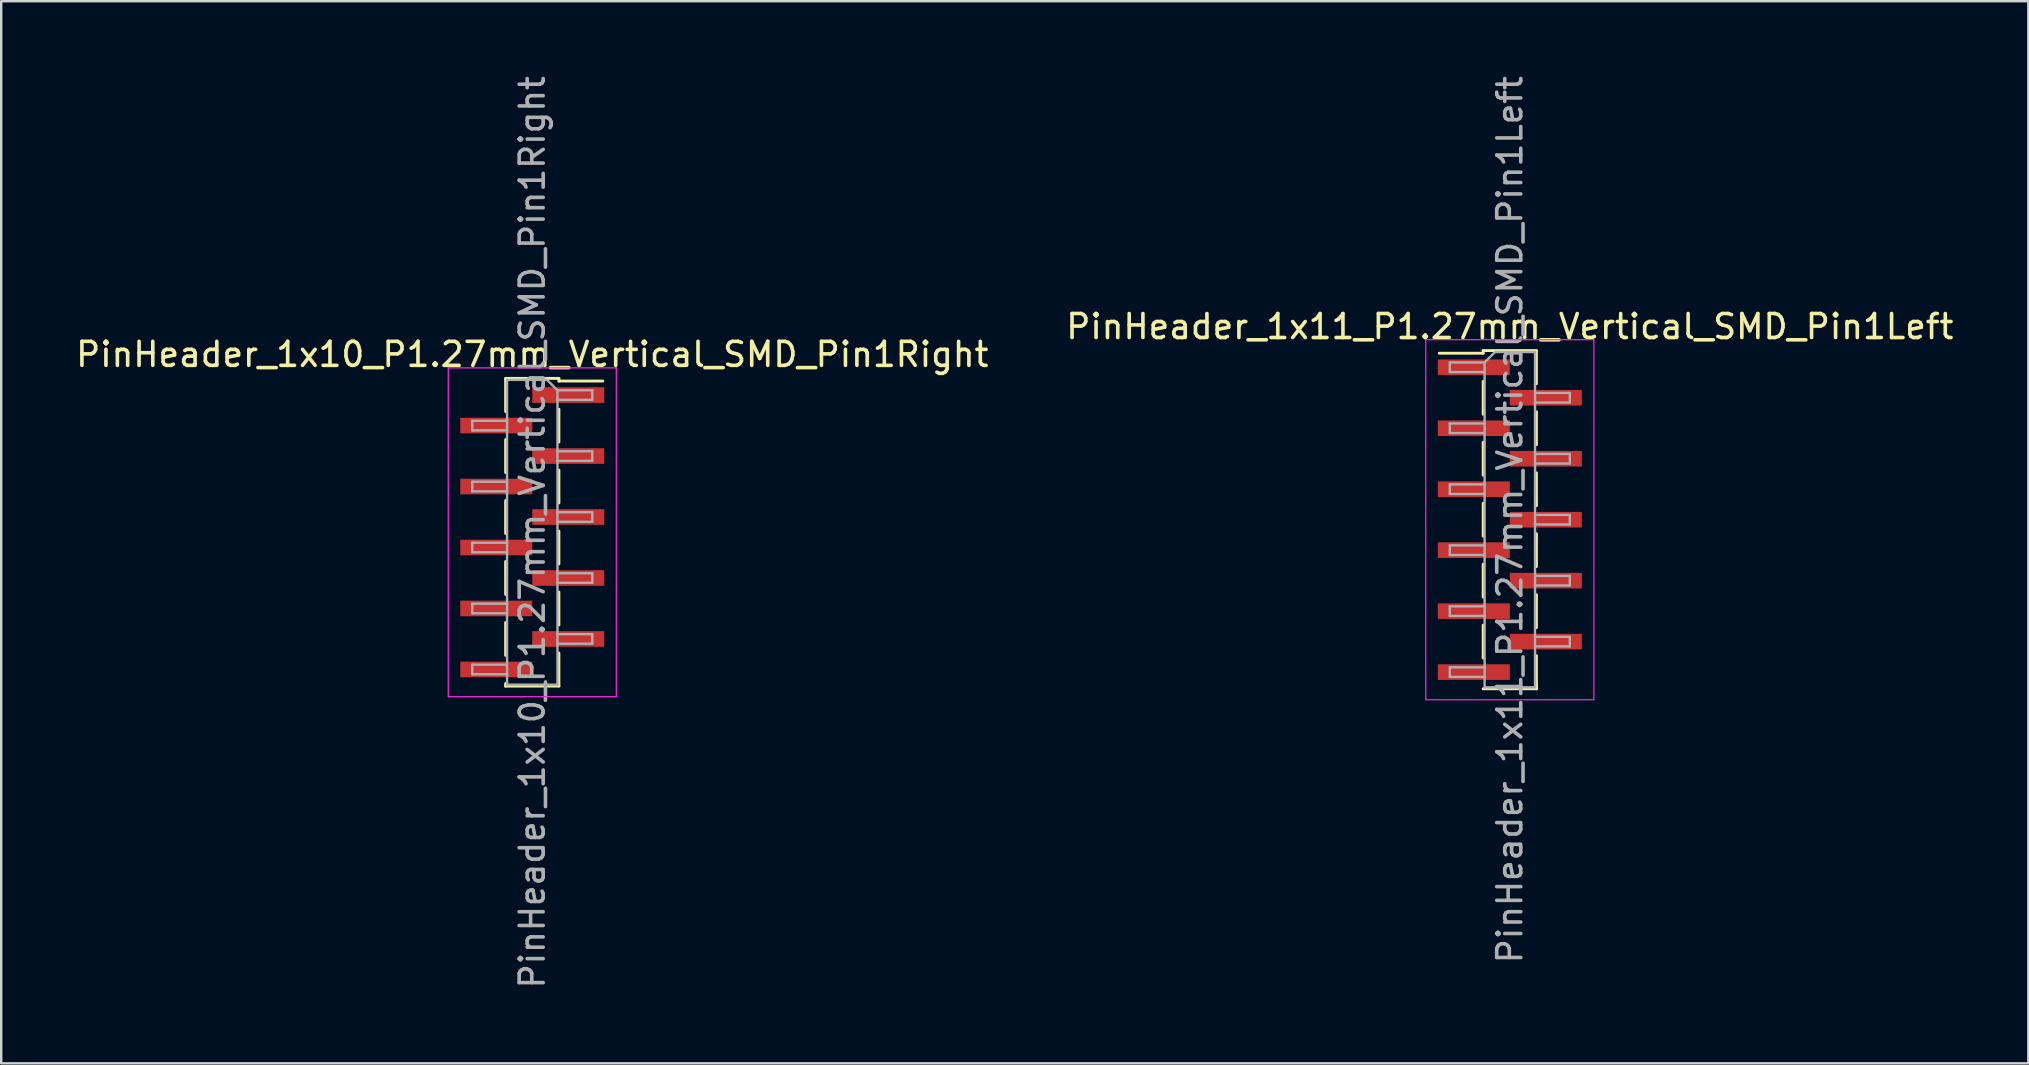
<source format=kicad_pcb>
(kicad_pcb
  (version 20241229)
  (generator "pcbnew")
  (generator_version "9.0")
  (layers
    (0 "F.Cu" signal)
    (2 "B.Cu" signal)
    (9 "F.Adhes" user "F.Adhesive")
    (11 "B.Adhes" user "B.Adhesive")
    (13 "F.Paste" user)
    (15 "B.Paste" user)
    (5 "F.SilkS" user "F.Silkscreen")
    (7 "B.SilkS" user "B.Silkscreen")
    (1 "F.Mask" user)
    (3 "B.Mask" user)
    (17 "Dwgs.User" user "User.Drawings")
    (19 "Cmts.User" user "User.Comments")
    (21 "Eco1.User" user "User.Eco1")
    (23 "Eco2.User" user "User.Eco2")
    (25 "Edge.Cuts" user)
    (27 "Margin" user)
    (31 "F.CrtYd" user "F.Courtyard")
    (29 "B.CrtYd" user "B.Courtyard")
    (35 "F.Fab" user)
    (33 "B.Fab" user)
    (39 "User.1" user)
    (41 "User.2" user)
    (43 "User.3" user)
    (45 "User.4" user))
  (footprint "PinHeader_1x11_P1.27mm_Vertical_SMD_Pin1Left"
    (layer "F.Cu")
    (at 59.851 18.601)
    (property "Reference" "PinHeader_1x11_P1.27mm_Vertical_SMD_Pin1Left" (at 0 -8.045 0) (layer "F.SilkS") (effects (font (size 1 1) (thickness 0.15))))
    (attr smd)
    (fp_line (start -1.11 -7.045) (end -1.11 -6.935) (stroke (width 0.12) (type solid)) (layer "F.SilkS"))
    (fp_line (start -1.11 -7.045) (end 1.11 -7.045) (stroke (width 0.12) (type solid)) (layer "F.SilkS"))
    (fp_line (start -1.11 -6.935) (end -2.94 -6.935) (stroke (width 0.12) (type solid)) (layer "F.SilkS"))
    (fp_line (start -1.11 -5.765) (end -1.11 -4.395) (stroke (width 0.12) (type solid)) (layer "F.SilkS"))
    (fp_line (start -1.11 -3.225) (end -1.11 -1.855) (stroke (width 0.12) (type solid)) (layer "F.SilkS"))
    (fp_line (start -1.11 -0.685) (end -1.11 0.685) (stroke (width 0.12) (type solid)) (layer "F.SilkS"))
    (fp_line (start -1.11 1.855) (end -1.11 3.225) (stroke (width 0.12) (type solid)) (layer "F.SilkS"))
    (fp_line (start -1.11 4.395) (end -1.11 5.765) (stroke (width 0.12) (type solid)) (layer "F.SilkS"))
    (fp_line (start -1.11 7.045) (end 1.11 7.045) (stroke (width 0.12) (type solid)) (layer "F.SilkS"))
    (fp_line (start 1.11 -7.035) (end 1.11 -5.665) (stroke (width 0.12) (type solid)) (layer "F.SilkS"))
    (fp_line (start 1.11 -4.495) (end 1.11 -3.125) (stroke (width 0.12) (type solid)) (layer "F.SilkS"))
    (fp_line (start 1.11 -1.955) (end 1.11 -0.585) (stroke (width 0.12) (type solid)) (layer "F.SilkS"))
    (fp_line (start 1.11 0.585) (end 1.11 1.955) (stroke (width 0.12) (type solid)) (layer "F.SilkS"))
    (fp_line (start 1.11 3.125) (end 1.11 4.495) (stroke (width 0.12) (type solid)) (layer "F.SilkS"))
    (fp_line (start 1.11 5.665) (end 1.11 7.035) (stroke (width 0.12) (type solid)) (layer "F.SilkS"))
    (fp_line (start 1.11 6.935) (end 1.11 7.045) (stroke (width 0.12) (type solid)) (layer "F.SilkS"))
    (fp_line (start -3.5 -7.5) (end -3.5 7.5) (stroke (width 0.05) (type solid)) (layer "F.CrtYd"))
    (fp_line (start -3.5 7.5) (end 3.5 7.5) (stroke (width 0.05) (type solid)) (layer "F.CrtYd"))
    (fp_line (start 3.5 -7.5) (end -3.5 -7.5) (stroke (width 0.05) (type solid)) (layer "F.CrtYd"))
    (fp_line (start 3.5 7.5) (end 3.5 -7.5) (stroke (width 0.05) (type solid)) (layer "F.CrtYd"))
    (fp_line (start -2.5 -6.55) (end -2.5 -6.15) (stroke (width 0.1) (type solid)) (layer "F.Fab"))
    (fp_line (start -2.5 -6.15) (end -1.05 -6.15) (stroke (width 0.1) (type solid)) (layer "F.Fab"))
    (fp_line (start -2.5 -4.01) (end -2.5 -3.61) (stroke (width 0.1) (type solid)) (layer "F.Fab"))
    (fp_line (start -2.5 -3.61) (end -1.05 -3.61) (stroke (width 0.1) (type solid)) (layer "F.Fab"))
    (fp_line (start -2.5 -1.47) (end -2.5 -1.07) (stroke (width 0.1) (type solid)) (layer "F.Fab"))
    (fp_line (start -2.5 -1.07) (end -1.05 -1.07) (stroke (width 0.1) (type solid)) (layer "F.Fab"))
    (fp_line (start -2.5 1.07) (end -2.5 1.47) (stroke (width 0.1) (type solid)) (layer "F.Fab"))
    (fp_line (start -2.5 1.47) (end -1.05 1.47) (stroke (width 0.1) (type solid)) (layer "F.Fab"))
    (fp_line (start -2.5 3.61) (end -2.5 4.01) (stroke (width 0.1) (type solid)) (layer "F.Fab"))
    (fp_line (start -2.5 4.01) (end -1.05 4.01) (stroke (width 0.1) (type solid)) (layer "F.Fab"))
    (fp_line (start -2.5 6.15) (end -2.5 6.55) (stroke (width 0.1) (type solid)) (layer "F.Fab"))
    (fp_line (start -2.5 6.55) (end -1.05 6.55) (stroke (width 0.1) (type solid)) (layer "F.Fab"))
    (fp_line (start -1.05 -6.55) (end -2.5 -6.55) (stroke (width 0.1) (type solid)) (layer "F.Fab"))
    (fp_line (start -1.05 -6.55) (end -0.615 -6.985) (stroke (width 0.1) (type solid)) (layer "F.Fab"))
    (fp_line (start -1.05 -4.01) (end -2.5 -4.01) (stroke (width 0.1) (type solid)) (layer "F.Fab"))
    (fp_line (start -1.05 -1.47) (end -2.5 -1.47) (stroke (width 0.1) (type solid)) (layer "F.Fab"))
    (fp_line (start -1.05 1.07) (end -2.5 1.07) (stroke (width 0.1) (type solid)) (layer "F.Fab"))
    (fp_line (start -1.05 3.61) (end -2.5 3.61) (stroke (width 0.1) (type solid)) (layer "F.Fab"))
    (fp_line (start -1.05 6.15) (end -2.5 6.15) (stroke (width 0.1) (type solid)) (layer "F.Fab"))
    (fp_line (start -1.05 6.985) (end -1.05 -6.55) (stroke (width 0.1) (type solid)) (layer "F.Fab"))
    (fp_line (start -0.615 -6.985) (end 1.05 -6.985) (stroke (width 0.1) (type solid)) (layer "F.Fab"))
    (fp_line (start 1.05 -6.985) (end 1.05 6.985) (stroke (width 0.1) (type solid)) (layer "F.Fab"))
    (fp_line (start 1.05 -5.28) (end 2.5 -5.28) (stroke (width 0.1) (type solid)) (layer "F.Fab"))
    (fp_line (start 1.05 -2.74) (end 2.5 -2.74) (stroke (width 0.1) (type solid)) (layer "F.Fab"))
    (fp_line (start 1.05 -0.2) (end 2.5 -0.2) (stroke (width 0.1) (type solid)) (layer "F.Fab"))
    (fp_line (start 1.05 2.34) (end 2.5 2.34) (stroke (width 0.1) (type solid)) (layer "F.Fab"))
    (fp_line (start 1.05 4.88) (end 2.5 4.88) (stroke (width 0.1) (type solid)) (layer "F.Fab"))
    (fp_line (start 1.05 6.985) (end -1.05 6.985) (stroke (width 0.1) (type solid)) (layer "F.Fab"))
    (fp_line (start 2.5 -5.28) (end 2.5 -4.88) (stroke (width 0.1) (type solid)) (layer "F.Fab"))
    (fp_line (start 2.5 -4.88) (end 1.05 -4.88) (stroke (width 0.1) (type solid)) (layer "F.Fab"))
    (fp_line (start 2.5 -2.74) (end 2.5 -2.34) (stroke (width 0.1) (type solid)) (layer "F.Fab"))
    (fp_line (start 2.5 -2.34) (end 1.05 -2.34) (stroke (width 0.1) (type solid)) (layer "F.Fab"))
    (fp_line (start 2.5 -0.2) (end 2.5 0.2) (stroke (width 0.1) (type solid)) (layer "F.Fab"))
    (fp_line (start 2.5 0.2) (end 1.05 0.2) (stroke (width 0.1) (type solid)) (layer "F.Fab"))
    (fp_line (start 2.5 2.34) (end 2.5 2.74) (stroke (width 0.1) (type solid)) (layer "F.Fab"))
    (fp_line (start 2.5 2.74) (end 1.05 2.74) (stroke (width 0.1) (type solid)) (layer "F.Fab"))
    (fp_line (start 2.5 4.88) (end 2.5 5.28) (stroke (width 0.1) (type solid)) (layer "F.Fab"))
    (fp_line (start 2.5 5.28) (end 1.05 5.28) (stroke (width 0.1) (type solid)) (layer "F.Fab"))
    (fp_text user "${REFERENCE}" (at 0 0 90) (layer "F.Fab") (effects (font (size 1 1) (thickness 0.15))))
    (pad "1" smd rect (at -1.5 -6.35) (size 3 0.65) (layers "F.Cu" "F.Mask" "F.Paste"))
    (pad "2" smd rect (at 1.5 -5.08) (size 3 0.65) (layers "F.Cu" "F.Mask" "F.Paste"))
    (pad "3" smd rect (at -1.5 -3.81) (size 3 0.65) (layers "F.Cu" "F.Mask" "F.Paste"))
    (pad "4" smd rect (at 1.5 -2.54) (size 3 0.65) (layers "F.Cu" "F.Mask" "F.Paste"))
    (pad "5" smd rect (at -1.5 -1.27) (size 3 0.65) (layers "F.Cu" "F.Mask" "F.Paste"))
    (pad "6" smd rect (at 1.5 0) (size 3 0.65) (layers "F.Cu" "F.Mask" "F.Paste"))
    (pad "7" smd rect (at -1.5 1.27) (size 3 0.65) (layers "F.Cu" "F.Mask" "F.Paste"))
    (pad "8" smd rect (at 1.5 2.54) (size 3 0.65) (layers "F.Cu" "F.Mask" "F.Paste"))
    (pad "9" smd rect (at -1.5 3.81) (size 3 0.65) (layers "F.Cu" "F.Mask" "F.Paste"))
    (pad "10" smd rect (at 1.5 5.08) (size 3 0.65) (layers "F.Cu" "F.Mask" "F.Paste"))
    (pad "11" smd rect (at -1.5 6.35) (size 3 0.65) (layers "F.Cu" "F.Mask" "F.Paste")))
  (footprint "PinHeader_1x10_P1.27mm_Vertical_SMD_Pin1Right"
    (layer "F.Cu")
    (at 19.125 19.125)
    (property "Reference" "PinHeader_1x10_P1.27mm_Vertical_SMD_Pin1Right" (at 0 -7.41 0) (layer "F.SilkS") (effects (font (size 1 1) (thickness 0.15))))
    (attr smd)
    (fp_line (start -1.11 -6.41) (end 1.11 -6.41) (stroke (width 0.12) (type solid)) (layer "F.SilkS"))
    (fp_line (start -1.11 -6.4) (end -1.11 -5.03) (stroke (width 0.12) (type solid)) (layer "F.SilkS"))
    (fp_line (start -1.11 -3.86) (end -1.11 -2.49) (stroke (width 0.12) (type solid)) (layer "F.SilkS"))
    (fp_line (start -1.11 -1.32) (end -1.11 0.05) (stroke (width 0.12) (type solid)) (layer "F.SilkS"))
    (fp_line (start -1.11 1.22) (end -1.11 2.59) (stroke (width 0.12) (type solid)) (layer "F.SilkS"))
    (fp_line (start -1.11 3.76) (end -1.11 5.13) (stroke (width 0.12) (type solid)) (layer "F.SilkS"))
    (fp_line (start -1.11 6.3) (end -1.11 6.41) (stroke (width 0.12) (type solid)) (layer "F.SilkS"))
    (fp_line (start -1.11 6.41) (end 1.11 6.41) (stroke (width 0.12) (type solid)) (layer "F.SilkS"))
    (fp_line (start 1.11 -6.41) (end 1.11 -6.3) (stroke (width 0.12) (type solid)) (layer "F.SilkS"))
    (fp_line (start 1.11 -6.3) (end 2.94 -6.3) (stroke (width 0.12) (type solid)) (layer "F.SilkS"))
    (fp_line (start 1.11 -5.13) (end 1.11 -3.76) (stroke (width 0.12) (type solid)) (layer "F.SilkS"))
    (fp_line (start 1.11 -2.59) (end 1.11 -1.22) (stroke (width 0.12) (type solid)) (layer "F.SilkS"))
    (fp_line (start 1.11 -0.05) (end 1.11 1.32) (stroke (width 0.12) (type solid)) (layer "F.SilkS"))
    (fp_line (start 1.11 2.49) (end 1.11 3.86) (stroke (width 0.12) (type solid)) (layer "F.SilkS"))
    (fp_line (start 1.11 5.03) (end 1.11 6.4) (stroke (width 0.12) (type solid)) (layer "F.SilkS"))
    (fp_line (start -3.5 -6.85) (end -3.5 6.85) (stroke (width 0.05) (type solid)) (layer "F.CrtYd"))
    (fp_line (start -3.5 6.85) (end 3.5 6.85) (stroke (width 0.05) (type solid)) (layer "F.CrtYd"))
    (fp_line (start 3.5 -6.85) (end -3.5 -6.85) (stroke (width 0.05) (type solid)) (layer "F.CrtYd"))
    (fp_line (start 3.5 6.85) (end 3.5 -6.85) (stroke (width 0.05) (type solid)) (layer "F.CrtYd"))
    (fp_line (start -2.5 -4.645) (end -2.5 -4.245) (stroke (width 0.1) (type solid)) (layer "F.Fab"))
    (fp_line (start -2.5 -4.245) (end -1.05 -4.245) (stroke (width 0.1) (type solid)) (layer "F.Fab"))
    (fp_line (start -2.5 -2.105) (end -2.5 -1.705) (stroke (width 0.1) (type solid)) (layer "F.Fab"))
    (fp_line (start -2.5 -1.705) (end -1.05 -1.705) (stroke (width 0.1) (type solid)) (layer "F.Fab"))
    (fp_line (start -2.5 0.435) (end -2.5 0.835) (stroke (width 0.1) (type solid)) (layer "F.Fab"))
    (fp_line (start -2.5 0.835) (end -1.05 0.835) (stroke (width 0.1) (type solid)) (layer "F.Fab"))
    (fp_line (start -2.5 2.975) (end -2.5 3.375) (stroke (width 0.1) (type solid)) (layer "F.Fab"))
    (fp_line (start -2.5 3.375) (end -1.05 3.375) (stroke (width 0.1) (type solid)) (layer "F.Fab"))
    (fp_line (start -2.5 5.515) (end -2.5 5.915) (stroke (width 0.1) (type solid)) (layer "F.Fab"))
    (fp_line (start -2.5 5.915) (end -1.05 5.915) (stroke (width 0.1) (type solid)) (layer "F.Fab"))
    (fp_line (start -1.05 -6.35) (end -1.05 6.35) (stroke (width 0.1) (type solid)) (layer "F.Fab"))
    (fp_line (start -1.05 -6.35) (end 0.615 -6.35) (stroke (width 0.1) (type solid)) (layer "F.Fab"))
    (fp_line (start -1.05 -4.645) (end -2.5 -4.645) (stroke (width 0.1) (type solid)) (layer "F.Fab"))
    (fp_line (start -1.05 -2.105) (end -2.5 -2.105) (stroke (width 0.1) (type solid)) (layer "F.Fab"))
    (fp_line (start -1.05 0.435) (end -2.5 0.435) (stroke (width 0.1) (type solid)) (layer "F.Fab"))
    (fp_line (start -1.05 2.975) (end -2.5 2.975) (stroke (width 0.1) (type solid)) (layer "F.Fab"))
    (fp_line (start -1.05 5.515) (end -2.5 5.515) (stroke (width 0.1) (type solid)) (layer "F.Fab"))
    (fp_line (start 1.05 -5.915) (end 0.615 -6.35) (stroke (width 0.1) (type solid)) (layer "F.Fab"))
    (fp_line (start 1.05 -5.915) (end 2.5 -5.915) (stroke (width 0.1) (type solid)) (layer "F.Fab"))
    (fp_line (start 1.05 -3.375) (end 2.5 -3.375) (stroke (width 0.1) (type solid)) (layer "F.Fab"))
    (fp_line (start 1.05 -0.835) (end 2.5 -0.835) (stroke (width 0.1) (type solid)) (layer "F.Fab"))
    (fp_line (start 1.05 1.705) (end 2.5 1.705) (stroke (width 0.1) (type solid)) (layer "F.Fab"))
    (fp_line (start 1.05 4.245) (end 2.5 4.245) (stroke (width 0.1) (type solid)) (layer "F.Fab"))
    (fp_line (start 1.05 6.35) (end -1.05 6.35) (stroke (width 0.1) (type solid)) (layer "F.Fab"))
    (fp_line (start 1.05 6.35) (end 1.05 -5.915) (stroke (width 0.1) (type solid)) (layer "F.Fab"))
    (fp_line (start 2.5 -5.915) (end 2.5 -5.515) (stroke (width 0.1) (type solid)) (layer "F.Fab"))
    (fp_line (start 2.5 -5.515) (end 1.05 -5.515) (stroke (width 0.1) (type solid)) (layer "F.Fab"))
    (fp_line (start 2.5 -3.375) (end 2.5 -2.975) (stroke (width 0.1) (type solid)) (layer "F.Fab"))
    (fp_line (start 2.5 -2.975) (end 1.05 -2.975) (stroke (width 0.1) (type solid)) (layer "F.Fab"))
    (fp_line (start 2.5 -0.835) (end 2.5 -0.435) (stroke (width 0.1) (type solid)) (layer "F.Fab"))
    (fp_line (start 2.5 -0.435) (end 1.05 -0.435) (stroke (width 0.1) (type solid)) (layer "F.Fab"))
    (fp_line (start 2.5 1.705) (end 2.5 2.105) (stroke (width 0.1) (type solid)) (layer "F.Fab"))
    (fp_line (start 2.5 2.105) (end 1.05 2.105) (stroke (width 0.1) (type solid)) (layer "F.Fab"))
    (fp_line (start 2.5 4.245) (end 2.5 4.645) (stroke (width 0.1) (type solid)) (layer "F.Fab"))
    (fp_line (start 2.5 4.645) (end 1.05 4.645) (stroke (width 0.1) (type solid)) (layer "F.Fab"))
    (fp_text user "${REFERENCE}" (at 0 0 90) (layer "F.Fab") (effects (font (size 1 1) (thickness 0.15))))
    (pad "1" smd rect (at 1.5 -5.715) (size 3 0.65) (layers "F.Cu" "F.Mask" "F.Paste"))
    (pad "2" smd rect (at -1.5 -4.445) (size 3 0.65) (layers "F.Cu" "F.Mask" "F.Paste"))
    (pad "3" smd rect (at 1.5 -3.175) (size 3 0.65) (layers "F.Cu" "F.Mask" "F.Paste"))
    (pad "4" smd rect (at -1.5 -1.905) (size 3 0.65) (layers "F.Cu" "F.Mask" "F.Paste"))
    (pad "5" smd rect (at 1.5 -0.635) (size 3 0.65) (layers "F.Cu" "F.Mask" "F.Paste"))
    (pad "6" smd rect (at -1.5 0.635) (size 3 0.65) (layers "F.Cu" "F.Mask" "F.Paste"))
    (pad "7" smd rect (at 1.5 1.905) (size 3 0.65) (layers "F.Cu" "F.Mask" "F.Paste"))
    (pad "8" smd rect (at -1.5 3.175) (size 3 0.65) (layers "F.Cu" "F.Mask" "F.Paste"))
    (pad "9" smd rect (at 1.5 4.445) (size 3 0.65) (layers "F.Cu" "F.Mask" "F.Paste"))
    (pad "10" smd rect (at -1.5 5.715) (size 3 0.65) (layers "F.Cu" "F.Mask" "F.Paste")))
  (gr_rect
    (start -3 -3)
    (end 81.452 41.25)
    (stroke (width 0.1) (type default))
    (fill no)
    (layer "Edge.Cuts")))
</source>
